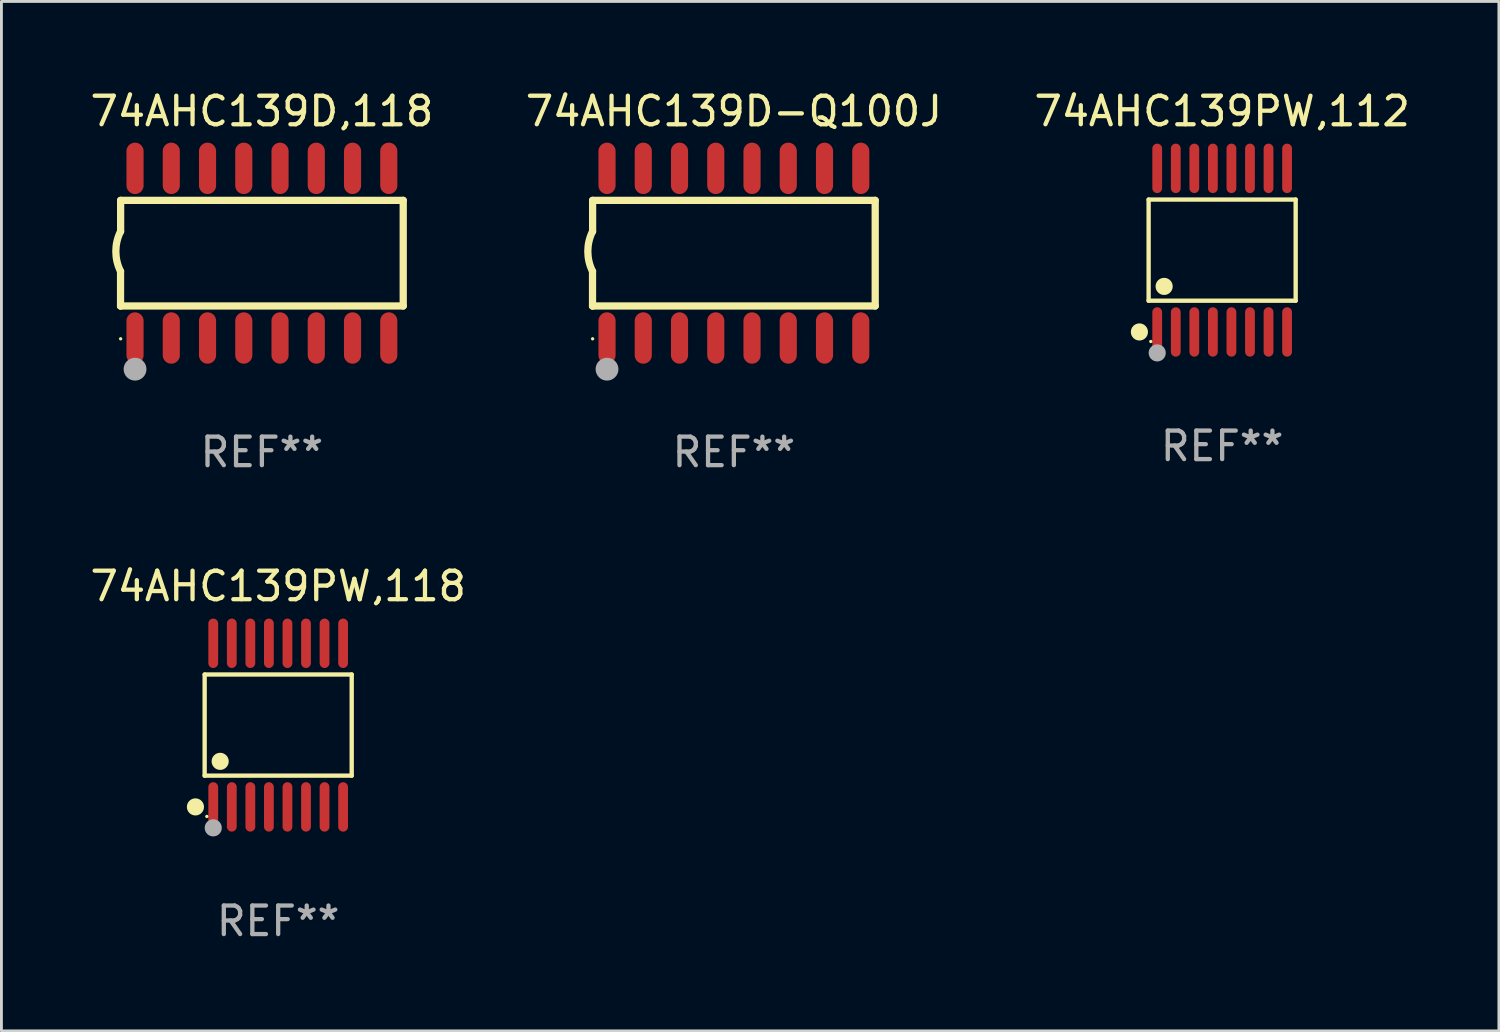
<source format=kicad_pcb>
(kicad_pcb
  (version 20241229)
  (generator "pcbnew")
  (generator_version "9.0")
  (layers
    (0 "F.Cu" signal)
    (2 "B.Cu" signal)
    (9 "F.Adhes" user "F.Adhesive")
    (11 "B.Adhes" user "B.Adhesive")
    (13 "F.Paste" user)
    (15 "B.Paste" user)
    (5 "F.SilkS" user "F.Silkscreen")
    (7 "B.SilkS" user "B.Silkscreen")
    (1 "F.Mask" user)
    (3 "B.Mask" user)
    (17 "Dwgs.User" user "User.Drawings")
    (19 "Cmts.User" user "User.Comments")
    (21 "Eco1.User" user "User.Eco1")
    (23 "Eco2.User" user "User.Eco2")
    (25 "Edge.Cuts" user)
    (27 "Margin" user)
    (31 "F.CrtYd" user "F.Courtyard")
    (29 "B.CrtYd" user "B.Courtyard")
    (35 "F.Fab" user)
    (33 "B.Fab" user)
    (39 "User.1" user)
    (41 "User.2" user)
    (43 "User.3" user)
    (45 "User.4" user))
  (footprint "74AHC139D,118"
    (layer "F.Cu")
    (at 6.125 5.82)
    (property "Reference" "74AHC139D,118" (at 0 -4.972 0) (layer "F.SilkS") (effects (font (size 1 1) (thickness 0.15))))
    (attr through_hole)
    (fp_line (start -4.952 0.635) (end -4.952 1.85) (stroke (width 0.254) (type solid)) (layer "F.SilkS"))
    (fp_line (start -4.952 1.85) (end -4.949 1.85) (stroke (width 0.254) (type solid)) (layer "F.SilkS"))
    (fp_line (start -4.949 -1.85) (end -4.949 -0.762) (stroke (width 0.254) (type solid)) (layer "F.SilkS"))
    (fp_line (start -4.949 1.85) (end 4.952 1.85) (stroke (width 0.254) (type solid)) (layer "F.SilkS"))
    (fp_line (start 4.952 -1.85) (end -4.949 -1.85) (stroke (width 0.254) (type solid)) (layer "F.SilkS"))
    (fp_line (start 4.952 1.85) (end 4.952 -1.85) (stroke (width 0.254) (type solid)) (layer "F.SilkS"))
    (fp_arc (start -4.951524 0.635001) (mid -5.116418 -0.0635) (end -4.951524 -0.762002) (stroke (width 0.254001) (type solid)) (layer "F.SilkS"))
    (fp_circle (center -4.949 3) (end -4.919 3) (stroke (width 0.06) (type solid)) (fill no) (layer "F.SilkS"))
    (fp_circle (center -4.444 4.064) (end -4.244 4.064) (stroke (width 0.4) (type solid)) (fill no) (layer "F.Fab"))
    (fp_text user "REF**" (at 0 6.972 0) (layer "F.Fab") (effects (font (size 1 1) (thickness 0.15))))
    (pad "1" smd oval (at -4.444 2.972 180) (size 0.6 1.8) (layers "F.Cu" "F.Mask" "F.Paste"))
    (pad "2" smd oval (at -3.174 2.972 180) (size 0.6 1.8) (layers "F.Cu" "F.Mask" "F.Paste"))
    (pad "3" smd oval (at -1.904 2.972 180) (size 0.6 1.8) (layers "F.Cu" "F.Mask" "F.Paste"))
    (pad "4" smd oval (at -0.634 2.972 180) (size 0.6 1.8) (layers "F.Cu" "F.Mask" "F.Paste"))
    (pad "5" smd oval (at 0.636 2.972 180) (size 0.6 1.8) (layers "F.Cu" "F.Mask" "F.Paste"))
    (pad "6" smd oval (at 1.906 2.972 180) (size 0.6 1.8) (layers "F.Cu" "F.Mask" "F.Paste"))
    (pad "7" smd oval (at 3.176 2.972 180) (size 0.6 1.8) (layers "F.Cu" "F.Mask" "F.Paste"))
    (pad "8" smd oval (at 4.446 2.972 180) (size 0.6 1.8) (layers "F.Cu" "F.Mask" "F.Paste"))
    (pad "9" smd oval (at 4.446 -2.972 180) (size 0.6 1.8) (layers "F.Cu" "F.Mask" "F.Paste"))
    (pad "10" smd oval (at 3.176 -2.972 180) (size 0.6 1.8) (layers "F.Cu" "F.Mask" "F.Paste"))
    (pad "11" smd oval (at 1.906 -2.972 180) (size 0.6 1.8) (layers "F.Cu" "F.Mask" "F.Paste"))
    (pad "12" smd oval (at 0.636 -2.972 180) (size 0.6 1.8) (layers "F.Cu" "F.Mask" "F.Paste"))
    (pad "13" smd oval (at -0.634 -2.972 180) (size 0.6 1.8) (layers "F.Cu" "F.Mask" "F.Paste"))
    (pad "14" smd oval (at -1.904 -2.972 180) (size 0.6 1.8) (layers "F.Cu" "F.Mask" "F.Paste"))
    (pad "15" smd oval (at -3.174 -2.972 180) (size 0.6 1.8) (layers "F.Cu" "F.Mask" "F.Paste"))
    (pad "16" smd oval (at -4.444 -2.972 180) (size 0.6 1.8) (layers "F.Cu" "F.Mask" "F.Paste")))
  (footprint "74AHC139PW,118"
    (layer "F.Cu")
    (at 6.696 22.354)
    (property "Reference" "74AHC139PW,118" (at 0 -4.866 0) (layer "F.SilkS") (effects (font (size 1 1) (thickness 0.15))))
    (attr through_hole)
    (fp_line (start -2.576 -1.772) (end 2.576 -1.772) (stroke (width 0.152) (type solid)) (layer "F.SilkS"))
    (fp_line (start -2.576 1.771) (end -2.576 -1.772) (stroke (width 0.152) (type solid)) (layer "F.SilkS"))
    (fp_line (start 2.576 -1.772) (end 2.576 1.771) (stroke (width 0.152) (type solid)) (layer "F.SilkS"))
    (fp_line (start 2.576 1.771) (end -2.576 1.771) (stroke (width 0.152) (type solid)) (layer "F.SilkS"))
    (fp_circle (center -2.899 2.866) (end -2.749 2.866) (stroke (width 0.3) (type solid)) (fill no) (layer "F.SilkS"))
    (fp_circle (center -2.5 3.2) (end -2.47 3.2) (stroke (width 0.06) (type solid)) (fill no) (layer "F.SilkS"))
    (fp_circle (center -2.032 1.27) (end -1.882 1.27) (stroke (width 0.3) (type solid)) (fill no) (layer "F.SilkS"))
    (fp_circle (center -2.275 3.6) (end -2.125 3.6) (stroke (width 0.3) (type solid)) (fill no) (layer "F.Fab"))
    (fp_text user "REF**" (at 0 6.866 0) (layer "F.Fab") (effects (font (size 1 1) (thickness 0.15))))
    (pad "1" smd oval (at -2.275 2.866) (size 0.343 1.731) (layers "F.Cu" "F.Mask" "F.Paste"))
    (pad "2" smd oval (at -1.625 2.866) (size 0.343 1.731) (layers "F.Cu" "F.Mask" "F.Paste"))
    (pad "3" smd oval (at -0.975 2.866) (size 0.343 1.731) (layers "F.Cu" "F.Mask" "F.Paste"))
    (pad "4" smd oval (at -0.325 2.866) (size 0.343 1.731) (layers "F.Cu" "F.Mask" "F.Paste"))
    (pad "5" smd oval (at 0.325 2.866) (size 0.343 1.731) (layers "F.Cu" "F.Mask" "F.Paste"))
    (pad "6" smd oval (at 0.975 2.866) (size 0.343 1.731) (layers "F.Cu" "F.Mask" "F.Paste"))
    (pad "7" smd oval (at 1.625 2.866) (size 0.343 1.731) (layers "F.Cu" "F.Mask" "F.Paste"))
    (pad "8" smd oval (at 2.275 2.866) (size 0.343 1.731) (layers "F.Cu" "F.Mask" "F.Paste"))
    (pad "9" smd oval (at 2.275 -2.866) (size 0.343 1.731) (layers "F.Cu" "F.Mask" "F.Paste"))
    (pad "10" smd oval (at 1.625 -2.866) (size 0.343 1.731) (layers "F.Cu" "F.Mask" "F.Paste"))
    (pad "11" smd oval (at 0.975 -2.866) (size 0.343 1.731) (layers "F.Cu" "F.Mask" "F.Paste"))
    (pad "12" smd oval (at 0.325 -2.866) (size 0.343 1.731) (layers "F.Cu" "F.Mask" "F.Paste"))
    (pad "13" smd oval (at -0.325 -2.866) (size 0.343 1.731) (layers "F.Cu" "F.Mask" "F.Paste"))
    (pad "14" smd oval (at -0.975 -2.866) (size 0.343 1.731) (layers "F.Cu" "F.Mask" "F.Paste"))
    (pad "15" smd oval (at -1.625 -2.866) (size 0.343 1.731) (layers "F.Cu" "F.Mask" "F.Paste"))
    (pad "16" smd oval (at -2.275 -2.866) (size 0.343 1.731) (layers "F.Cu" "F.Mask" "F.Paste")))
  (footprint "74AHC139PW,112"
    (layer "F.Cu")
    (at 39.768 5.714)
    (property "Reference" "74AHC139PW,112" (at 0 -4.866 0) (layer "F.SilkS") (effects (font (size 1 1) (thickness 0.15))))
    (attr through_hole)
    (fp_line (start -2.576 -1.772) (end 2.576 -1.772) (stroke (width 0.152) (type solid)) (layer "F.SilkS"))
    (fp_line (start -2.576 1.771) (end -2.576 -1.772) (stroke (width 0.152) (type solid)) (layer "F.SilkS"))
    (fp_line (start 2.576 -1.772) (end 2.576 1.771) (stroke (width 0.152) (type solid)) (layer "F.SilkS"))
    (fp_line (start 2.576 1.771) (end -2.576 1.771) (stroke (width 0.152) (type solid)) (layer "F.SilkS"))
    (fp_circle (center -2.899 2.866) (end -2.749 2.866) (stroke (width 0.3) (type solid)) (fill no) (layer "F.SilkS"))
    (fp_circle (center -2.5 3.2) (end -2.47 3.2) (stroke (width 0.06) (type solid)) (fill no) (layer "F.SilkS"))
    (fp_circle (center -2.032 1.27) (end -1.882 1.27) (stroke (width 0.3) (type solid)) (fill no) (layer "F.SilkS"))
    (fp_circle (center -2.275 3.6) (end -2.125 3.6) (stroke (width 0.3) (type solid)) (fill no) (layer "F.Fab"))
    (fp_text user "REF**" (at 0 6.866 0) (layer "F.Fab") (effects (font (size 1 1) (thickness 0.15))))
    (pad "1" smd oval (at -2.275 2.866) (size 0.343 1.731) (layers "F.Cu" "F.Mask" "F.Paste"))
    (pad "2" smd oval (at -1.625 2.866) (size 0.343 1.731) (layers "F.Cu" "F.Mask" "F.Paste"))
    (pad "3" smd oval (at -0.975 2.866) (size 0.343 1.731) (layers "F.Cu" "F.Mask" "F.Paste"))
    (pad "4" smd oval (at -0.325 2.866) (size 0.343 1.731) (layers "F.Cu" "F.Mask" "F.Paste"))
    (pad "5" smd oval (at 0.325 2.866) (size 0.343 1.731) (layers "F.Cu" "F.Mask" "F.Paste"))
    (pad "6" smd oval (at 0.975 2.866) (size 0.343 1.731) (layers "F.Cu" "F.Mask" "F.Paste"))
    (pad "7" smd oval (at 1.625 2.866) (size 0.343 1.731) (layers "F.Cu" "F.Mask" "F.Paste"))
    (pad "8" smd oval (at 2.275 2.866) (size 0.343 1.731) (layers "F.Cu" "F.Mask" "F.Paste"))
    (pad "9" smd oval (at 2.275 -2.866) (size 0.343 1.731) (layers "F.Cu" "F.Mask" "F.Paste"))
    (pad "10" smd oval (at 1.625 -2.866) (size 0.343 1.731) (layers "F.Cu" "F.Mask" "F.Paste"))
    (pad "11" smd oval (at 0.975 -2.866) (size 0.343 1.731) (layers "F.Cu" "F.Mask" "F.Paste"))
    (pad "12" smd oval (at 0.325 -2.866) (size 0.343 1.731) (layers "F.Cu" "F.Mask" "F.Paste"))
    (pad "13" smd oval (at -0.325 -2.866) (size 0.343 1.731) (layers "F.Cu" "F.Mask" "F.Paste"))
    (pad "14" smd oval (at -0.975 -2.866) (size 0.343 1.731) (layers "F.Cu" "F.Mask" "F.Paste"))
    (pad "15" smd oval (at -1.625 -2.866) (size 0.343 1.731) (layers "F.Cu" "F.Mask" "F.Paste"))
    (pad "16" smd oval (at -2.275 -2.866) (size 0.343 1.731) (layers "F.Cu" "F.Mask" "F.Paste")))
  (footprint "74AHC139D-Q100J"
    (layer "F.Cu")
    (at 22.661 5.82)
    (property "Reference" "74AHC139D-Q100J" (at 0 -4.972 0) (layer "F.SilkS") (effects (font (size 1 1) (thickness 0.15))))
    (attr through_hole)
    (fp_line (start -4.952 0.635) (end -4.952 1.85) (stroke (width 0.254) (type solid)) (layer "F.SilkS"))
    (fp_line (start -4.952 1.85) (end -4.949 1.85) (stroke (width 0.254) (type solid)) (layer "F.SilkS"))
    (fp_line (start -4.949 -1.85) (end -4.949 -0.762) (stroke (width 0.254) (type solid)) (layer "F.SilkS"))
    (fp_line (start -4.949 1.85) (end 4.952 1.85) (stroke (width 0.254) (type solid)) (layer "F.SilkS"))
    (fp_line (start 4.952 -1.85) (end -4.949 -1.85) (stroke (width 0.254) (type solid)) (layer "F.SilkS"))
    (fp_line (start 4.952 1.85) (end 4.952 -1.85) (stroke (width 0.254) (type solid)) (layer "F.SilkS"))
    (fp_arc (start -4.951524 0.635001) (mid -5.116418 -0.0635) (end -4.951524 -0.762002) (stroke (width 0.254001) (type solid)) (layer "F.SilkS"))
    (fp_circle (center -4.949 3) (end -4.919 3) (stroke (width 0.06) (type solid)) (fill no) (layer "F.SilkS"))
    (fp_circle (center -4.444 4.064) (end -4.244 4.064) (stroke (width 0.4) (type solid)) (fill no) (layer "F.Fab"))
    (fp_text user "REF**" (at 0 6.972 0) (layer "F.Fab") (effects (font (size 1 1) (thickness 0.15))))
    (pad "1" smd oval (at -4.444 2.972 180) (size 0.6 1.8) (layers "F.Cu" "F.Mask" "F.Paste"))
    (pad "2" smd oval (at -3.174 2.972 180) (size 0.6 1.8) (layers "F.Cu" "F.Mask" "F.Paste"))
    (pad "3" smd oval (at -1.904 2.972 180) (size 0.6 1.8) (layers "F.Cu" "F.Mask" "F.Paste"))
    (pad "4" smd oval (at -0.634 2.972 180) (size 0.6 1.8) (layers "F.Cu" "F.Mask" "F.Paste"))
    (pad "5" smd oval (at 0.636 2.972 180) (size 0.6 1.8) (layers "F.Cu" "F.Mask" "F.Paste"))
    (pad "6" smd oval (at 1.906 2.972 180) (size 0.6 1.8) (layers "F.Cu" "F.Mask" "F.Paste"))
    (pad "7" smd oval (at 3.176 2.972 180) (size 0.6 1.8) (layers "F.Cu" "F.Mask" "F.Paste"))
    (pad "8" smd oval (at 4.446 2.972 180) (size 0.6 1.8) (layers "F.Cu" "F.Mask" "F.Paste"))
    (pad "9" smd oval (at 4.446 -2.972 180) (size 0.6 1.8) (layers "F.Cu" "F.Mask" "F.Paste"))
    (pad "10" smd oval (at 3.176 -2.972 180) (size 0.6 1.8) (layers "F.Cu" "F.Mask" "F.Paste"))
    (pad "11" smd oval (at 1.906 -2.972 180) (size 0.6 1.8) (layers "F.Cu" "F.Mask" "F.Paste"))
    (pad "12" smd oval (at 0.636 -2.972 180) (size 0.6 1.8) (layers "F.Cu" "F.Mask" "F.Paste"))
    (pad "13" smd oval (at -0.634 -2.972 180) (size 0.6 1.8) (layers "F.Cu" "F.Mask" "F.Paste"))
    (pad "14" smd oval (at -1.904 -2.972 180) (size 0.6 1.8) (layers "F.Cu" "F.Mask" "F.Paste"))
    (pad "15" smd oval (at -3.174 -2.972 180) (size 0.6 1.8) (layers "F.Cu" "F.Mask" "F.Paste"))
    (pad "16" smd oval (at -4.444 -2.972 180) (size 0.6 1.8) (layers "F.Cu" "F.Mask" "F.Paste")))
  (gr_rect
    (start -3 -3)
    (end 49.464 33.068)
    (stroke (width 0.1) (type default))
    (fill no)
    (layer "Edge.Cuts")))
</source>
